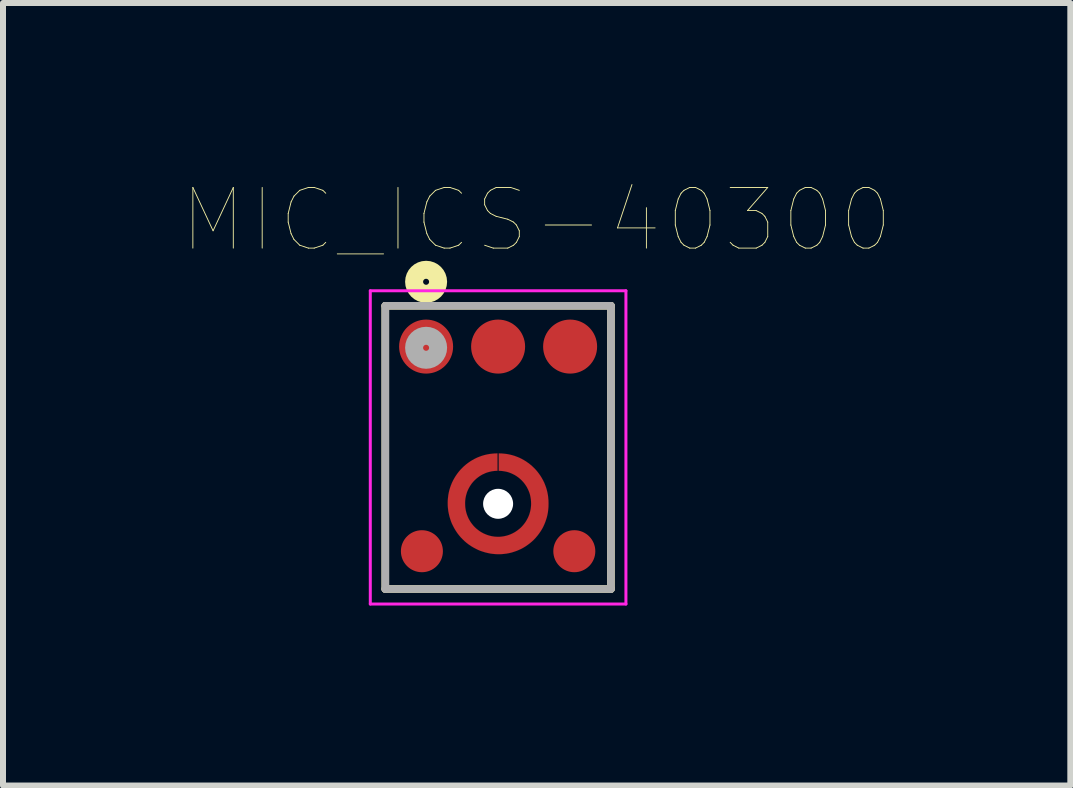
<source format=kicad_pcb>
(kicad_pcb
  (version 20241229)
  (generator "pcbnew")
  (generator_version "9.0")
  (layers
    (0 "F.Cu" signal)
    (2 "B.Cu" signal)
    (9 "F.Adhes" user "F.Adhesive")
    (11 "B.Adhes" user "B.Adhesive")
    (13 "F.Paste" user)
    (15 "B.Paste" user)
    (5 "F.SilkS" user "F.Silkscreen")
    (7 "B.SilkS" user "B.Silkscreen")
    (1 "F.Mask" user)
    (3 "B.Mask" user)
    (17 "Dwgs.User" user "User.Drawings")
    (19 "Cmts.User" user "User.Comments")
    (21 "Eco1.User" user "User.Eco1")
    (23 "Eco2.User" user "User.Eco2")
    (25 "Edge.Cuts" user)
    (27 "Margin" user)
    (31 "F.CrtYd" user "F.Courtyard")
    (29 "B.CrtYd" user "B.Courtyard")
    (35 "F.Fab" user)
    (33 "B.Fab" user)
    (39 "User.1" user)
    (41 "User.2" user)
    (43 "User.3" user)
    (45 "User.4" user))
  (footprint "MIC_ICS-40300"
    (layer "F.Cu")
    (at 5.251 5.346)
    (property "Reference" "MIC_ICS-40300" (at 0.642 -4.728 0) (layer "F.SilkS") (effects (font (size 1.011 1.011) (thickness 0.015))))
    (attr through_hole)
    (fp_poly (pts (xy -0.01 -0.84) (xy -0.01 -0.55) (xy -0.02 -0.55) (xy -0.048 -0.549) (xy -0.076 -0.546) (xy -0.104 -0.542) (xy -0.131 -0.536) (xy -0.159 -0.529) (xy -0.186 -0.521) (xy -0.212 -0.511) (xy -0.238 -0.499) (xy -0.264 -0.487) (xy -0.288 -0.473) (xy -0.312 -0.458) (xy -0.335 -0.441) (xy -0.357 -0.424) (xy -0.378 -0.405) (xy -0.399 -0.385) (xy -0.418 -0.364) (xy -0.436 -0.343) (xy -0.452 -0.32) (xy -0.468 -0.296) (xy -0.482 -0.272) (xy -0.495 -0.247) (xy -0.507 -0.221) (xy -0.518 -0.195) (xy -0.526 -0.168) (xy -0.534 -0.141) (xy -0.54 -0.113) (xy -0.545 -0.085) (xy -0.548 -0.057) (xy -0.55 -0.029) (xy -0.55 0) (xy -0.549 0.029) (xy -0.547 0.057) (xy -0.543 0.086) (xy -0.538 0.114) (xy -0.531 0.142) (xy -0.523 0.17) (xy -0.513 0.197) (xy -0.502 0.224) (xy -0.49 0.25) (xy -0.476 0.275) (xy -0.461 0.3) (xy -0.445 0.323) (xy -0.427 0.346) (xy -0.409 0.368) (xy -0.389 0.389) (xy -0.368 0.409) (xy -0.346 0.427) (xy -0.323 0.445) (xy -0.3 0.461) (xy -0.275 0.476) (xy -0.25 0.49) (xy -0.224 0.502) (xy -0.197 0.513) (xy -0.17 0.523) (xy -0.142 0.531) (xy -0.114 0.538) (xy -0.086 0.543) (xy -0.057 0.547) (xy -0.029 0.549) (xy 0 0.55) (xy 0.034 0.549) (xy 0.063 0.546) (xy 0.091 0.542) (xy 0.12 0.536) (xy 0.148 0.529) (xy 0.176 0.52) (xy 0.203 0.51) (xy 0.23 0.498) (xy 0.256 0.485) (xy 0.281 0.471) (xy 0.305 0.455) (xy 0.329 0.438) (xy 0.352 0.42) (xy 0.374 0.401) (xy 0.394 0.381) (xy 0.414 0.359) (xy 0.432 0.337) (xy 0.45 0.313) (xy 0.466 0.289) (xy 0.48 0.264) (xy 0.494 0.238) (xy 0.506 0.212) (xy 0.517 0.185) (xy 0.526 0.157) (xy 0.534 0.129) (xy 0.54 0.101) (xy 0.545 0.072) (xy 0.548 0.043) (xy 0.55 0.014) (xy 0.55 -0.01) (xy 0.549 -0.038) (xy 0.547 -0.066) (xy 0.543 -0.094) (xy 0.538 -0.122) (xy 0.532 -0.15) (xy 0.524 -0.177) (xy 0.514 -0.204) (xy 0.503 -0.23) (xy 0.491 -0.255) (xy 0.478 -0.28) (xy 0.463 -0.304) (xy 0.447 -0.327) (xy 0.43 -0.35) (xy 0.411 -0.371) (xy 0.392 -0.392) (xy 0.371 -0.411) (xy 0.35 -0.43) (xy 0.327 -0.447) (xy 0.304 -0.463) (xy 0.28 -0.478) (xy 0.255 -0.491) (xy 0.23 -0.503) (xy 0.204 -0.514) (xy 0.177 -0.524) (xy 0.15 -0.532) (xy 0.122 -0.538) (xy 0.094 -0.543) (xy 0.066 -0.547) (xy 0.038 -0.549) (xy 0.01 -0.55) (xy 0.01 -0.84) (xy 0.058 -0.839) (xy 0.101 -0.835) (xy 0.144 -0.83) (xy 0.187 -0.822) (xy 0.229 -0.812) (xy 0.27 -0.8) (xy 0.311 -0.785) (xy 0.351 -0.769) (xy 0.39 -0.75) (xy 0.428 -0.729) (xy 0.464 -0.707) (xy 0.5 -0.682) (xy 0.534 -0.656) (xy 0.567 -0.628) (xy 0.598 -0.598) (xy 0.628 -0.567) (xy 0.656 -0.534) (xy 0.682 -0.5) (xy 0.707 -0.464) (xy 0.729 -0.428) (xy 0.75 -0.39) (xy 0.769 -0.351) (xy 0.785 -0.311) (xy 0.8 -0.27) (xy 0.812 -0.229) (xy 0.822 -0.187) (xy 0.83 -0.144) (xy 0.835 -0.101) (xy 0.839 -0.058) (xy 0.84 -0.02) (xy 0.84 0.01) (xy 0.839 0.053) (xy 0.835 0.097) (xy 0.83 0.14) (xy 0.822 0.183) (xy 0.812 0.225) (xy 0.799 0.266) (xy 0.785 0.307) (xy 0.768 0.348) (xy 0.75 0.387) (xy 0.729 0.425) (xy 0.706 0.462) (xy 0.681 0.498) (xy 0.655 0.532) (xy 0.627 0.565) (xy 0.597 0.597) (xy 0.565 0.627) (xy 0.532 0.655) (xy 0.498 0.681) (xy 0.462 0.706) (xy 0.425 0.729) (xy 0.387 0.75) (xy 0.348 0.768) (xy 0.307 0.785) (xy 0.266 0.799) (xy 0.225 0.812) (xy 0.183 0.822) (xy 0.14 0.83) (xy 0.097 0.835) (xy 0.053 0.839) (xy 0.01 0.84) (xy -0.034 0.839) (xy -0.079 0.835) (xy -0.123 0.83) (xy -0.167 0.821) (xy -0.21 0.811) (xy -0.253 0.798) (xy -0.295 0.784) (xy -0.336 0.767) (xy -0.376 0.747) (xy -0.415 0.726) (xy -0.453 0.703) (xy -0.49 0.678) (xy -0.525 0.651) (xy -0.559 0.622) (xy -0.591 0.591) (xy -0.622 0.559) (xy -0.651 0.525) (xy -0.678 0.49) (xy -0.703 0.453) (xy -0.726 0.415) (xy -0.747 0.376) (xy -0.767 0.336) (xy -0.784 0.295) (xy -0.798 0.253) (xy -0.811 0.21) (xy -0.821 0.167) (xy -0.83 0.123) (xy -0.835 0.079) (xy -0.839 0.034) (xy -0.84 -0.01) (xy -0.84 -0.02) (xy -0.839 -0.058) (xy -0.835 -0.101) (xy -0.83 -0.144) (xy -0.822 -0.187) (xy -0.812 -0.229) (xy -0.8 -0.27) (xy -0.785 -0.311) (xy -0.769 -0.351) (xy -0.75 -0.39) (xy -0.729 -0.428) (xy -0.707 -0.464) (xy -0.682 -0.5) (xy -0.656 -0.534) (xy -0.628 -0.567) (xy -0.598 -0.598) (xy -0.567 -0.628) (xy -0.534 -0.656) (xy -0.5 -0.682) (xy -0.464 -0.707) (xy -0.428 -0.729) (xy -0.39 -0.75) (xy -0.351 -0.769) (xy -0.311 -0.785) (xy -0.27 -0.8) (xy -0.229 -0.812) (xy -0.187 -0.822) (xy -0.144 -0.83) (xy -0.101 -0.835) (xy -0.058 -0.839) (xy -0.01 -0.84)) (stroke (width 0.001) (type solid)) (fill yes) (layer "F.Cu"))
    (fp_circle (center 0 -0.007) (end 0.69 -0.007) (stroke (width 0.5) (type solid)) (fill no) (layer "F.Mask"))
    (fp_line (start -1.88 -3.3) (end 1.88 -3.3) (stroke (width 0.127) (type solid)) (layer "F.SilkS"))
    (fp_line (start -1.88 1.42) (end -1.88 -3.3) (stroke (width 0.127) (type solid)) (layer "F.SilkS"))
    (fp_line (start 1.88 -3.3) (end 1.88 1.42) (stroke (width 0.127) (type solid)) (layer "F.SilkS"))
    (fp_line (start 1.88 1.42) (end -1.88 1.42) (stroke (width 0.127) (type solid)) (layer "F.SilkS"))
    (fp_circle (center -1.2 -3.7) (end -1.15 -3.7) (stroke (width 0.3) (type solid)) (fill no) (layer "F.SilkS"))
    (fp_circle (center -1.27 0.79) (end -0.946 0.79) (stroke (width 0.1) (type solid)) (fill no) (layer "F.Paste"))
    (fp_circle (center -1.2 -2.62) (end -0.775 -2.62) (stroke (width 0.1) (type solid)) (fill no) (layer "F.Paste"))
    (fp_circle (center 0 -2.62) (end 0.425 -2.62) (stroke (width 0.1) (type solid)) (fill no) (layer "F.Paste"))
    (fp_circle (center 1.2 -2.62) (end 1.625 -2.62) (stroke (width 0.1) (type solid)) (fill no) (layer "F.Paste"))
    (fp_circle (center 1.27 0.79) (end 1.595 0.79) (stroke (width 0.1) (type solid)) (fill no) (layer "F.Paste"))
    (fp_poly (pts (xy -0.641 0.102) (xy -0.641 0.102) (xy -0.641 0.101) (xy -0.641 0.101) (xy -0.641 0.101) (xy -0.641 0.101) (xy -0.641 0.101) (xy -0.642 0.101) (xy -0.642 0.101) (xy -0.642 0.101) (xy -0.642 0.101) (xy -0.642 0.101) (xy -0.642 0.101) (xy -0.642 0.101) (xy -0.642 0.101) (xy -0.642 0.1) (xy -0.642 0.1) (xy -0.642 0.1) (xy -0.642 0.1) (xy -0.642 0.1) (xy -0.642 0.1) (xy -0.642 0.1) (xy -0.642 0.1) (xy -0.642 0.1) (xy -0.643 0.1) (xy -0.643 0.1) (xy -0.643 0.1) (xy -0.643 0.1) (xy -0.643 0.1) (xy -0.643 0.1) (xy -0.643 0.1) (xy -0.895 0.1) (xy -0.894 0.142) (xy -0.891 0.183) (xy -0.885 0.224) (xy -0.878 0.265) (xy -0.868 0.306) (xy -0.856 0.346) (xy -0.842 0.385) (xy -0.826 0.423) (xy -0.808 0.461) (xy -0.788 0.497) (xy -0.767 0.533) (xy -0.743 0.567) (xy -0.718 0.6) (xy -0.691 0.632) (xy -0.662 0.662) (xy -0.632 0.691) (xy -0.6 0.718) (xy -0.567 0.743) (xy -0.533 0.767) (xy -0.497 0.788) (xy -0.461 0.808) (xy -0.423 0.826) (xy -0.385 0.842) (xy -0.346 0.856) (xy -0.306 0.868) (xy -0.265 0.878) (xy -0.224 0.885) (xy -0.183 0.891) (xy -0.142 0.894) (xy -0.1 0.895) (xy -0.1 0.64) (xy -0.128 0.639) (xy -0.156 0.637) (xy -0.184 0.633) (xy -0.212 0.628) (xy -0.24 0.622) (xy -0.267 0.614) (xy -0.294 0.604) (xy -0.32 0.593) (xy -0.345 0.581) (xy -0.37 0.568) (xy -0.394 0.553) (xy -0.417 0.537) (xy -0.44 0.52) (xy -0.461 0.501) (xy -0.482 0.482) (xy -0.501 0.461) (xy -0.52 0.44) (xy -0.537 0.417) (xy -0.553 0.394) (xy -0.568 0.37) (xy -0.581 0.345) (xy -0.593 0.32) (xy -0.604 0.294) (xy -0.614 0.267) (xy -0.622 0.24) (xy -0.628 0.212) (xy -0.633 0.184) (xy -0.637 0.156) (xy -0.639 0.128) (xy -0.64 0.1) (xy -0.641 0.102)) (stroke (width 0.0001) (type solid)) (fill yes) (layer "F.Paste"))
    (fp_poly (pts (xy -0.102 -0.641) (xy -0.102 -0.641) (xy -0.101 -0.641) (xy -0.101 -0.641) (xy -0.101 -0.641) (xy -0.101 -0.641) (xy -0.101 -0.641) (xy -0.101 -0.642) (xy -0.101 -0.642) (xy -0.101 -0.642) (xy -0.101 -0.642) (xy -0.101 -0.642) (xy -0.101 -0.642) (xy -0.101 -0.642) (xy -0.101 -0.642) (xy -0.1 -0.642) (xy -0.1 -0.642) (xy -0.1 -0.642) (xy -0.1 -0.642) (xy -0.1 -0.642) (xy -0.1 -0.642) (xy -0.1 -0.642) (xy -0.1 -0.642) (xy -0.1 -0.642) (xy -0.1 -0.643) (xy -0.1 -0.643) (xy -0.1 -0.643) (xy -0.1 -0.643) (xy -0.1 -0.643) (xy -0.1 -0.643) (xy -0.1 -0.643) (xy -0.1 -0.895) (xy -0.142 -0.894) (xy -0.183 -0.891) (xy -0.224 -0.885) (xy -0.265 -0.878) (xy -0.306 -0.868) (xy -0.346 -0.856) (xy -0.385 -0.842) (xy -0.423 -0.826) (xy -0.461 -0.808) (xy -0.497 -0.788) (xy -0.533 -0.767) (xy -0.567 -0.743) (xy -0.6 -0.718) (xy -0.632 -0.691) (xy -0.662 -0.662) (xy -0.691 -0.632) (xy -0.718 -0.6) (xy -0.743 -0.567) (xy -0.767 -0.533) (xy -0.788 -0.497) (xy -0.808 -0.461) (xy -0.826 -0.423) (xy -0.842 -0.385) (xy -0.856 -0.346) (xy -0.868 -0.306) (xy -0.878 -0.265) (xy -0.885 -0.224) (xy -0.891 -0.183) (xy -0.894 -0.142) (xy -0.895 -0.1) (xy -0.64 -0.1) (xy -0.639 -0.128) (xy -0.637 -0.156) (xy -0.633 -0.184) (xy -0.628 -0.212) (xy -0.622 -0.24) (xy -0.614 -0.267) (xy -0.604 -0.294) (xy -0.593 -0.32) (xy -0.581 -0.345) (xy -0.568 -0.37) (xy -0.553 -0.394) (xy -0.537 -0.417) (xy -0.52 -0.44) (xy -0.501 -0.461) (xy -0.482 -0.482) (xy -0.461 -0.501) (xy -0.44 -0.52) (xy -0.417 -0.537) (xy -0.394 -0.553) (xy -0.37 -0.568) (xy -0.345 -0.581) (xy -0.32 -0.593) (xy -0.294 -0.604) (xy -0.267 -0.614) (xy -0.24 -0.622) (xy -0.212 -0.628) (xy -0.184 -0.633) (xy -0.156 -0.637) (xy -0.128 -0.639) (xy -0.1 -0.64) (xy -0.102 -0.641)) (stroke (width 0.0001) (type solid)) (fill yes) (layer "F.Paste"))
    (fp_poly (pts (xy 0.102 0.641) (xy 0.102 0.641) (xy 0.101 0.641) (xy 0.101 0.641) (xy 0.101 0.641) (xy 0.101 0.641) (xy 0.101 0.641) (xy 0.101 0.642) (xy 0.101 0.642) (xy 0.101 0.642) (xy 0.101 0.642) (xy 0.101 0.642) (xy 0.101 0.642) (xy 0.101 0.642) (xy 0.101 0.642) (xy 0.1 0.642) (xy 0.1 0.642) (xy 0.1 0.642) (xy 0.1 0.642) (xy 0.1 0.642) (xy 0.1 0.642) (xy 0.1 0.642) (xy 0.1 0.642) (xy 0.1 0.642) (xy 0.1 0.643) (xy 0.1 0.643) (xy 0.1 0.643) (xy 0.1 0.643) (xy 0.1 0.643) (xy 0.1 0.643) (xy 0.1 0.643) (xy 0.1 0.895) (xy 0.142 0.894) (xy 0.183 0.891) (xy 0.224 0.885) (xy 0.265 0.878) (xy 0.306 0.868) (xy 0.346 0.856) (xy 0.385 0.842) (xy 0.423 0.826) (xy 0.461 0.808) (xy 0.497 0.788) (xy 0.533 0.767) (xy 0.567 0.743) (xy 0.6 0.718) (xy 0.632 0.691) (xy 0.662 0.662) (xy 0.691 0.632) (xy 0.718 0.6) (xy 0.743 0.567) (xy 0.767 0.533) (xy 0.788 0.497) (xy 0.808 0.461) (xy 0.826 0.423) (xy 0.842 0.385) (xy 0.856 0.346) (xy 0.868 0.306) (xy 0.878 0.265) (xy 0.885 0.224) (xy 0.891 0.183) (xy 0.894 0.142) (xy 0.895 0.1) (xy 0.64 0.1) (xy 0.639 0.128) (xy 0.637 0.156) (xy 0.633 0.184) (xy 0.628 0.212) (xy 0.622 0.24) (xy 0.614 0.267) (xy 0.604 0.294) (xy 0.593 0.32) (xy 0.581 0.345) (xy 0.568 0.37) (xy 0.553 0.394) (xy 0.537 0.417) (xy 0.52 0.44) (xy 0.501 0.461) (xy 0.482 0.482) (xy 0.461 0.501) (xy 0.44 0.52) (xy 0.417 0.537) (xy 0.394 0.553) (xy 0.37 0.568) (xy 0.345 0.581) (xy 0.32 0.593) (xy 0.294 0.604) (xy 0.267 0.614) (xy 0.24 0.622) (xy 0.212 0.628) (xy 0.184 0.633) (xy 0.156 0.637) (xy 0.128 0.639) (xy 0.1 0.64) (xy 0.102 0.641)) (stroke (width 0.0001) (type solid)) (fill yes) (layer "F.Paste"))
    (fp_poly (pts (xy 0.641 -0.107) (xy 0.641 -0.107) (xy 0.641 -0.106) (xy 0.641 -0.106) (xy 0.641 -0.106) (xy 0.641 -0.106) (xy 0.641 -0.106) (xy 0.642 -0.106) (xy 0.642 -0.106) (xy 0.642 -0.106) (xy 0.642 -0.106) (xy 0.642 -0.106) (xy 0.642 -0.106) (xy 0.642 -0.106) (xy 0.642 -0.106) (xy 0.642 -0.105) (xy 0.642 -0.105) (xy 0.642 -0.105) (xy 0.642 -0.105) (xy 0.642 -0.105) (xy 0.642 -0.105) (xy 0.642 -0.105) (xy 0.642 -0.105) (xy 0.642 -0.105) (xy 0.643 -0.105) (xy 0.643 -0.105) (xy 0.643 -0.105) (xy 0.643 -0.105) (xy 0.643 -0.105) (xy 0.643 -0.105) (xy 0.643 -0.105) (xy 0.895 -0.105) (xy 0.894 -0.147) (xy 0.891 -0.188) (xy 0.885 -0.229) (xy 0.878 -0.27) (xy 0.868 -0.311) (xy 0.856 -0.351) (xy 0.842 -0.39) (xy 0.826 -0.428) (xy 0.808 -0.466) (xy 0.788 -0.502) (xy 0.767 -0.538) (xy 0.743 -0.572) (xy 0.718 -0.605) (xy 0.691 -0.637) (xy 0.662 -0.667) (xy 0.632 -0.696) (xy 0.6 -0.723) (xy 0.567 -0.748) (xy 0.533 -0.772) (xy 0.497 -0.793) (xy 0.461 -0.813) (xy 0.423 -0.831) (xy 0.385 -0.847) (xy 0.346 -0.861) (xy 0.306 -0.873) (xy 0.265 -0.883) (xy 0.224 -0.89) (xy 0.183 -0.896) (xy 0.142 -0.899) (xy 0.1 -0.9) (xy 0.1 -0.645) (xy 0.128 -0.644) (xy 0.156 -0.642) (xy 0.184 -0.638) (xy 0.212 -0.633) (xy 0.24 -0.627) (xy 0.267 -0.619) (xy 0.294 -0.609) (xy 0.32 -0.598) (xy 0.345 -0.586) (xy 0.37 -0.573) (xy 0.394 -0.558) (xy 0.417 -0.542) (xy 0.44 -0.525) (xy 0.461 -0.506) (xy 0.482 -0.487) (xy 0.501 -0.466) (xy 0.52 -0.445) (xy 0.537 -0.422) (xy 0.553 -0.399) (xy 0.568 -0.375) (xy 0.581 -0.35) (xy 0.593 -0.325) (xy 0.604 -0.299) (xy 0.614 -0.272) (xy 0.622 -0.245) (xy 0.628 -0.217) (xy 0.633 -0.189) (xy 0.637 -0.161) (xy 0.639 -0.133) (xy 0.64 -0.105) (xy 0.641 -0.107)) (stroke (width 0.0001) (type solid)) (fill yes) (layer "F.Paste"))
    (fp_line (start -2.13 -3.55) (end 2.13 -3.55) (stroke (width 0.05) (type solid)) (layer "F.CrtYd"))
    (fp_line (start -2.13 1.67) (end -2.13 -3.55) (stroke (width 0.05) (type solid)) (layer "F.CrtYd"))
    (fp_line (start 2.13 -3.55) (end 2.13 1.67) (stroke (width 0.05) (type solid)) (layer "F.CrtYd"))
    (fp_line (start 2.13 1.67) (end -2.13 1.67) (stroke (width 0.05) (type solid)) (layer "F.CrtYd"))
    (fp_line (start -1.88 -3.3) (end 1.88 -3.3) (stroke (width 0.127) (type solid)) (layer "F.Fab"))
    (fp_line (start -1.88 1.42) (end -1.88 -3.3) (stroke (width 0.127) (type solid)) (layer "F.Fab"))
    (fp_line (start 1.88 -3.3) (end 1.88 1.42) (stroke (width 0.127) (type solid)) (layer "F.Fab"))
    (fp_line (start 1.88 1.42) (end -1.88 1.42) (stroke (width 0.127) (type solid)) (layer "F.Fab"))
    (fp_circle (center -1.2 -2.6) (end -1.15 -2.6) (stroke (width 0.3) (type solid)) (fill no) (layer "F.Fab"))
    (pad "" np_thru_hole circle (at 0 0) (size 0.5 0.5) (drill 0.5) (layers "*.Cu" "*.Mask"))
    (pad "1" smd circle (at -1.2 -2.62) (size 0.9 0.9) (layers "F.Cu" "F.Mask"))
    (pad "2" smd circle (at -1.27 0.79) (size 0.7 0.7) (layers "F.Cu" "F.Mask"))
    (pad "3" smd circle (at 0 0.69) (size 0.1 0.1) (layers "F.Cu"))
    (pad "4" smd circle (at 1.27 0.79) (size 0.7 0.7) (layers "F.Cu" "F.Mask"))
    (pad "5" smd circle (at 1.2 -2.62) (size 0.9 0.9) (layers "F.Cu" "F.Mask"))
    (pad "6" smd circle (at 0 -2.62) (size 0.9 0.9) (layers "F.Cu" "F.Mask")))
  (gr_rect
    (start -3 -3)
    (end 14.787 10.041)
    (stroke (width 0.1) (type default))
    (fill no)
    (layer "Edge.Cuts")))
</source>
